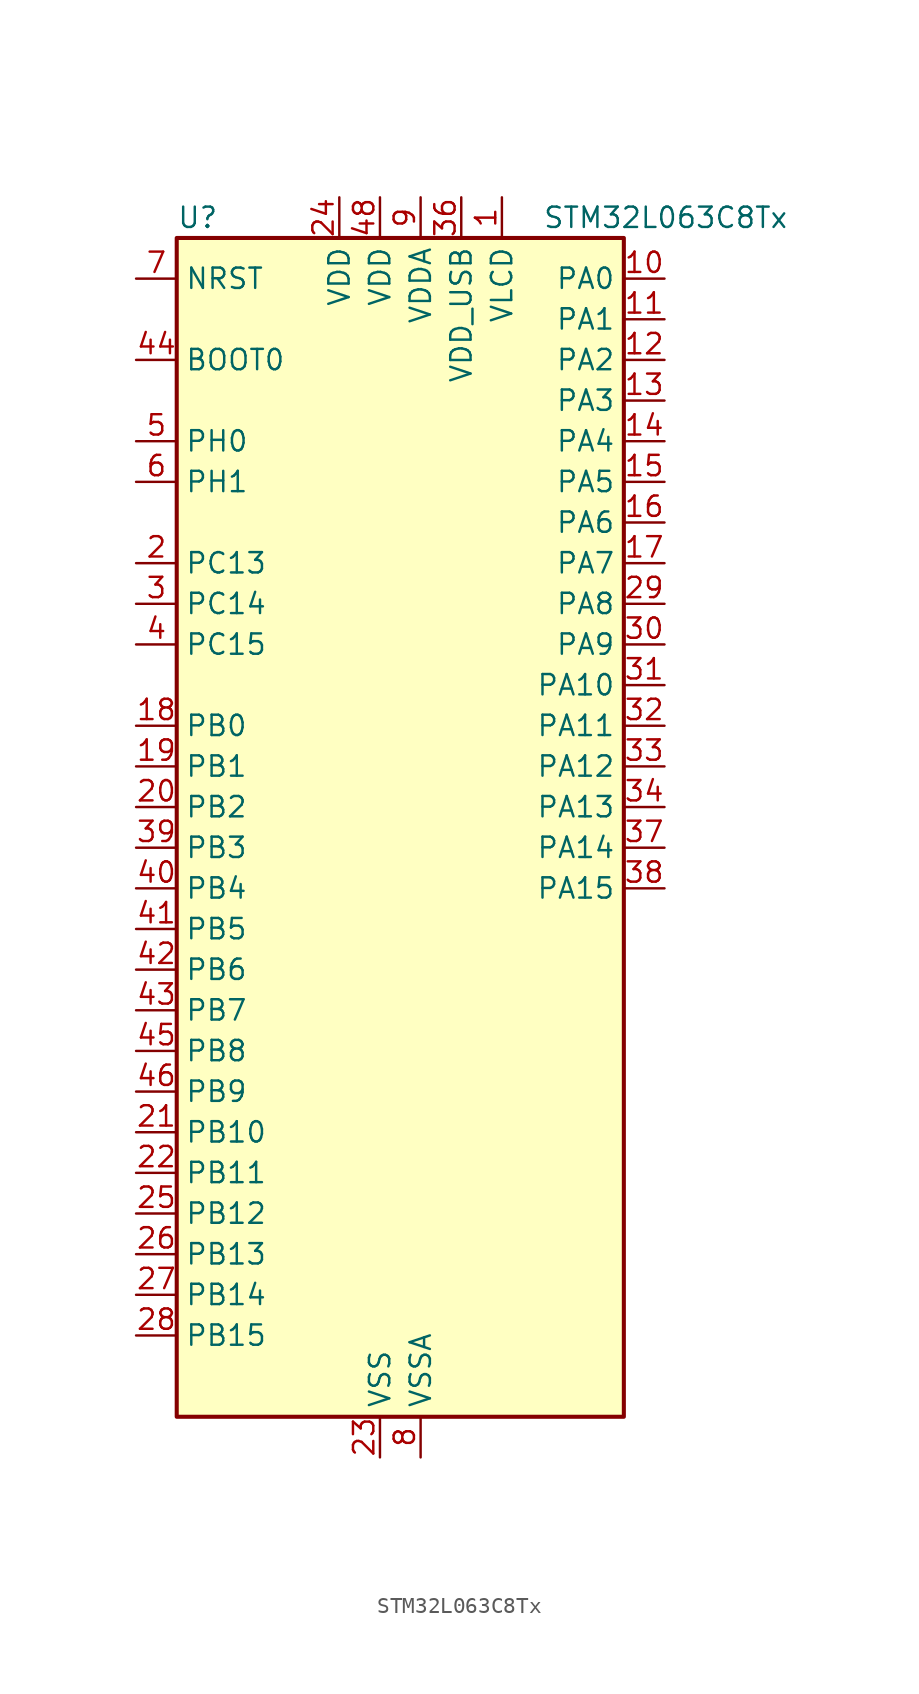
<source format=kicad_sym>
(kicad_symbol_lib
  (version 20220914)
  (generator kicad_symbol_editor)
  (symbol "STM32L063C8Tx"
    (property "Reference" "U"
      (at -12.7 39.37 0)
      (effects (font (size 1.27 1.27)) (justify left)))
    (property "Value" "STM32L063C8Tx"
      (at 10.16 39.37 0)
      (effects (font (size 1.27 1.27)) (justify left)))
    (property "ki_locked" ""
      (at 0 0 0)
      (effects (font (size 1.27 1.27))))
    (symbol "STM32L063C8Tx_0_1"
      (rectangle (start -12.7 -35.56) (end 15.24 38.1) (stroke (width 0.254) (type default)) (fill (type background))))
    (symbol "STM32L063C8Tx_1_1"
      (pin power_in line (at 7.62 40.64 270) (length 2.54) (name "VLCD" (effects (font (size 1.27 1.27)))) (number "1" (effects (font (size 1.27 1.27)))))
      (pin bidirectional line (at 17.78 35.56 180) (length 2.54) (name "PA0" (effects (font (size 1.27 1.27)))) (number "10" (effects (font (size 1.27 1.27)))) (alternate "ADC_IN0" bidirectional line) (alternate "COMP1_INM" bidirectional line) (alternate "COMP1_OUT" bidirectional line) (alternate "RTC_TAMP2" bidirectional line) (alternate "SYS_WKUP1" bidirectional line) (alternate "TIM2_CH1" bidirectional line) (alternate "TIM2_ETR" bidirectional line) (alternate "TSC_G1_IO1" bidirectional line) (alternate "USART2_CTS" bidirectional line))
      (pin bidirectional line (at 17.78 33.02 180) (length 2.54) (name "PA1" (effects (font (size 1.27 1.27)))) (number "11" (effects (font (size 1.27 1.27)))) (alternate "ADC_IN1" bidirectional line) (alternate "COMP1_INP" bidirectional line) (alternate "LCD_SEG0" bidirectional line) (alternate "TIM21_ETR" bidirectional line) (alternate "TIM2_CH2" bidirectional line) (alternate "TSC_G1_IO2" bidirectional line) (alternate "USART2_DE" bidirectional line) (alternate "USART2_RTS" bidirectional line))
      (pin bidirectional line (at 17.78 30.48 180) (length 2.54) (name "PA2" (effects (font (size 1.27 1.27)))) (number "12" (effects (font (size 1.27 1.27)))) (alternate "ADC_IN2" bidirectional line) (alternate "COMP2_INM" bidirectional line) (alternate "COMP2_OUT" bidirectional line) (alternate "LCD_SEG1" bidirectional line) (alternate "TIM21_CH1" bidirectional line) (alternate "TIM2_CH3" bidirectional line) (alternate "TSC_G1_IO3" bidirectional line) (alternate "USART2_TX" bidirectional line))
      (pin bidirectional line (at 17.78 27.94 180) (length 2.54) (name "PA3" (effects (font (size 1.27 1.27)))) (number "13" (effects (font (size 1.27 1.27)))) (alternate "ADC_IN3" bidirectional line) (alternate "COMP2_INP" bidirectional line) (alternate "LCD_SEG2" bidirectional line) (alternate "TIM21_CH2" bidirectional line) (alternate "TIM2_CH4" bidirectional line) (alternate "TSC_G1_IO4" bidirectional line) (alternate "USART2_RX" bidirectional line))
      (pin bidirectional line (at 17.78 25.4 180) (length 2.54) (name "PA4" (effects (font (size 1.27 1.27)))) (number "14" (effects (font (size 1.27 1.27)))) (alternate "ADC_IN4" bidirectional line) (alternate "COMP1_INM" bidirectional line) (alternate "COMP2_INM" bidirectional line) (alternate "DAC_OUT1" bidirectional line) (alternate "SPI1_NSS" bidirectional line) (alternate "TIM22_ETR" bidirectional line) (alternate "TSC_G2_IO1" bidirectional line) (alternate "USART2_CK" bidirectional line))
      (pin bidirectional line (at 17.78 22.86 180) (length 2.54) (name "PA5" (effects (font (size 1.27 1.27)))) (number "15" (effects (font (size 1.27 1.27)))) (alternate "ADC_IN5" bidirectional line) (alternate "COMP1_INM" bidirectional line) (alternate "COMP2_INM" bidirectional line) (alternate "SPI1_SCK" bidirectional line) (alternate "TIM2_CH1" bidirectional line) (alternate "TIM2_ETR" bidirectional line) (alternate "TSC_G2_IO2" bidirectional line))
      (pin bidirectional line (at 17.78 20.32 180) (length 2.54) (name "PA6" (effects (font (size 1.27 1.27)))) (number "16" (effects (font (size 1.27 1.27)))) (alternate "ADC_IN6" bidirectional line) (alternate "COMP1_OUT" bidirectional line) (alternate "LCD_SEG3" bidirectional line) (alternate "LPUART1_CTS" bidirectional line) (alternate "SPI1_MISO" bidirectional line) (alternate "TIM22_CH1" bidirectional line) (alternate "TSC_G2_IO3" bidirectional line))
      (pin bidirectional line (at 17.78 17.78 180) (length 2.54) (name "PA7" (effects (font (size 1.27 1.27)))) (number "17" (effects (font (size 1.27 1.27)))) (alternate "ADC_IN7" bidirectional line) (alternate "COMP2_OUT" bidirectional line) (alternate "LCD_SEG4" bidirectional line) (alternate "SPI1_MOSI" bidirectional line) (alternate "TIM22_CH2" bidirectional line) (alternate "TSC_G2_IO4" bidirectional line))
      (pin bidirectional line (at -15.24 7.62 0) (length 2.54) (name "PB0" (effects (font (size 1.27 1.27)))) (number "18" (effects (font (size 1.27 1.27)))) (alternate "ADC_IN8" bidirectional line) (alternate "LCD_SEG5" bidirectional line) (alternate "LCD_VLCD3" bidirectional line) (alternate "SYS_VREF_OUT_PB0" bidirectional line) (alternate "TSC_G3_IO2" bidirectional line))
      (pin bidirectional line (at -15.24 5.08 0) (length 2.54) (name "PB1" (effects (font (size 1.27 1.27)))) (number "19" (effects (font (size 1.27 1.27)))) (alternate "ADC_IN9" bidirectional line) (alternate "LCD_SEG6" bidirectional line) (alternate "LPUART1_DE" bidirectional line) (alternate "LPUART1_RTS" bidirectional line) (alternate "SYS_VREF_OUT_PB1" bidirectional line) (alternate "TSC_G3_IO3" bidirectional line))
      (pin bidirectional line (at -15.24 17.78 0) (length 2.54) (name "PC13" (effects (font (size 1.27 1.27)))) (number "2" (effects (font (size 1.27 1.27)))) (alternate "RTC_OUT_ALARM" bidirectional line) (alternate "RTC_OUT_CALIB" bidirectional line) (alternate "RTC_TAMP1" bidirectional line) (alternate "RTC_TS" bidirectional line) (alternate "SYS_WKUP2" bidirectional line))
      (pin bidirectional line (at -15.24 2.54 0) (length 2.54) (name "PB2" (effects (font (size 1.27 1.27)))) (number "20" (effects (font (size 1.27 1.27)))) (alternate "LCD_VLCD1" bidirectional line) (alternate "LPTIM1_OUT" bidirectional line) (alternate "TSC_G3_IO4" bidirectional line))
      (pin bidirectional line (at -15.24 -17.78 0) (length 2.54) (name "PB10" (effects (font (size 1.27 1.27)))) (number "21" (effects (font (size 1.27 1.27)))) (alternate "I2C2_SCL" bidirectional line) (alternate "LCD_SEG10" bidirectional line) (alternate "LPUART1_TX" bidirectional line) (alternate "SPI2_SCK" bidirectional line) (alternate "TIM2_CH3" bidirectional line) (alternate "TSC_SYNC" bidirectional line))
      (pin bidirectional line (at -15.24 -20.32 0) (length 2.54) (name "PB11" (effects (font (size 1.27 1.27)))) (number "22" (effects (font (size 1.27 1.27)))) (alternate "ADC_EXTI11" bidirectional line) (alternate "I2C2_SDA" bidirectional line) (alternate "LCD_SEG11" bidirectional line) (alternate "LPUART1_RX" bidirectional line) (alternate "TIM2_CH4" bidirectional line) (alternate "TSC_G6_IO1" bidirectional line))
      (pin power_in line (at 0 -38.1 90) (length 2.54) (name "VSS" (effects (font (size 1.27 1.27)))) (number "23" (effects (font (size 1.27 1.27)))))
      (pin power_in line (at -2.54 40.64 270) (length 2.54) (name "VDD" (effects (font (size 1.27 1.27)))) (number "24" (effects (font (size 1.27 1.27)))))
      (pin bidirectional line (at -15.24 -22.86 0) (length 2.54) (name "PB12" (effects (font (size 1.27 1.27)))) (number "25" (effects (font (size 1.27 1.27)))) (alternate "I2S2_WS" bidirectional line) (alternate "LCD_SEG12" bidirectional line) (alternate "LCD_VLCD2" bidirectional line) (alternate "LPUART1_DE" bidirectional line) (alternate "LPUART1_RTS" bidirectional line) (alternate "SPI2_NSS" bidirectional line) (alternate "TSC_G6_IO2" bidirectional line))
      (pin bidirectional line (at -15.24 -25.4 0) (length 2.54) (name "PB13" (effects (font (size 1.27 1.27)))) (number "26" (effects (font (size 1.27 1.27)))) (alternate "I2C2_SCL" bidirectional line) (alternate "I2S2_CK" bidirectional line) (alternate "LCD_SEG13" bidirectional line) (alternate "LPUART1_CTS" bidirectional line) (alternate "SPI2_SCK" bidirectional line) (alternate "TIM21_CH1" bidirectional line) (alternate "TSC_G6_IO3" bidirectional line))
      (pin bidirectional line (at -15.24 -27.94 0) (length 2.54) (name "PB14" (effects (font (size 1.27 1.27)))) (number "27" (effects (font (size 1.27 1.27)))) (alternate "I2C2_SDA" bidirectional line) (alternate "I2S2_MCK" bidirectional line) (alternate "LCD_SEG14" bidirectional line) (alternate "LPUART1_DE" bidirectional line) (alternate "LPUART1_RTS" bidirectional line) (alternate "RTC_OUT_ALARM" bidirectional line) (alternate "RTC_OUT_CALIB" bidirectional line) (alternate "SPI2_MISO" bidirectional line) (alternate "TIM21_CH2" bidirectional line) (alternate "TSC_G6_IO4" bidirectional line))
      (pin bidirectional line (at -15.24 -30.48 0) (length 2.54) (name "PB15" (effects (font (size 1.27 1.27)))) (number "28" (effects (font (size 1.27 1.27)))) (alternate "I2S2_SD" bidirectional line) (alternate "LCD_SEG15" bidirectional line) (alternate "RTC_REFIN" bidirectional line) (alternate "SPI2_MOSI" bidirectional line))
      (pin bidirectional line (at 17.78 15.24 180) (length 2.54) (name "PA8" (effects (font (size 1.27 1.27)))) (number "29" (effects (font (size 1.27 1.27)))) (alternate "CRS_SYNC" bidirectional line) (alternate "LCD_COM0" bidirectional line) (alternate "RCC_MCO" bidirectional line) (alternate "USART1_CK" bidirectional line))
      (pin bidirectional line (at -15.24 15.24 0) (length 2.54) (name "PC14" (effects (font (size 1.27 1.27)))) (number "3" (effects (font (size 1.27 1.27)))) (alternate "RCC_OSC32_IN" bidirectional line))
      (pin bidirectional line (at 17.78 12.7 180) (length 2.54) (name "PA9" (effects (font (size 1.27 1.27)))) (number "30" (effects (font (size 1.27 1.27)))) (alternate "DAC_EXTI9" bidirectional line) (alternate "LCD_COM1" bidirectional line) (alternate "RCC_MCO" bidirectional line) (alternate "TSC_G4_IO1" bidirectional line) (alternate "USART1_TX" bidirectional line))
      (pin bidirectional line (at 17.78 10.16 180) (length 2.54) (name "PA10" (effects (font (size 1.27 1.27)))) (number "31" (effects (font (size 1.27 1.27)))) (alternate "LCD_COM2" bidirectional line) (alternate "TSC_G4_IO2" bidirectional line) (alternate "USART1_RX" bidirectional line))
      (pin bidirectional line (at 17.78 7.62 180) (length 2.54) (name "PA11" (effects (font (size 1.27 1.27)))) (number "32" (effects (font (size 1.27 1.27)))) (alternate "ADC_EXTI11" bidirectional line) (alternate "COMP1_OUT" bidirectional line) (alternate "SPI1_MISO" bidirectional line) (alternate "TSC_G4_IO3" bidirectional line) (alternate "USART1_CTS" bidirectional line) (alternate "USB_DM" bidirectional line))
      (pin bidirectional line (at 17.78 5.08 180) (length 2.54) (name "PA12" (effects (font (size 1.27 1.27)))) (number "33" (effects (font (size 1.27 1.27)))) (alternate "COMP2_OUT" bidirectional line) (alternate "SPI1_MOSI" bidirectional line) (alternate "TSC_G4_IO4" bidirectional line) (alternate "USART1_DE" bidirectional line) (alternate "USART1_RTS" bidirectional line) (alternate "USB_DP" bidirectional line))
      (pin bidirectional line (at 17.78 2.54 180) (length 2.54) (name "PA13" (effects (font (size 1.27 1.27)))) (number "34" (effects (font (size 1.27 1.27)))) (alternate "SYS_SWDIO" bidirectional line) (alternate "USB_NOE" bidirectional line))
      (pin passive line (at 0 -38.1 90) (length 2.54) hide (name "VSS" (effects (font (size 1.27 1.27)))) (number "35" (effects (font (size 1.27 1.27)))))
      (pin power_in line (at 5.08 40.64 270) (length 2.54) (name "VDD_USB" (effects (font (size 1.27 1.27)))) (number "36" (effects (font (size 1.27 1.27)))))
      (pin bidirectional line (at 17.78 0 180) (length 2.54) (name "PA14" (effects (font (size 1.27 1.27)))) (number "37" (effects (font (size 1.27 1.27)))) (alternate "SYS_SWCLK" bidirectional line) (alternate "USART2_TX" bidirectional line))
      (pin bidirectional line (at 17.78 -2.54 180) (length 2.54) (name "PA15" (effects (font (size 1.27 1.27)))) (number "38" (effects (font (size 1.27 1.27)))) (alternate "LCD_SEG17" bidirectional line) (alternate "SPI1_NSS" bidirectional line) (alternate "TIM2_CH1" bidirectional line) (alternate "TIM2_ETR" bidirectional line) (alternate "USART2_RX" bidirectional line))
      (pin bidirectional line (at -15.24 0 0) (length 2.54) (name "PB3" (effects (font (size 1.27 1.27)))) (number "39" (effects (font (size 1.27 1.27)))) (alternate "COMP2_INM" bidirectional line) (alternate "LCD_SEG7" bidirectional line) (alternate "SPI1_SCK" bidirectional line) (alternate "TIM2_CH2" bidirectional line) (alternate "TSC_G5_IO1" bidirectional line))
      (pin bidirectional line (at -15.24 12.7 0) (length 2.54) (name "PC15" (effects (font (size 1.27 1.27)))) (number "4" (effects (font (size 1.27 1.27)))) (alternate "RCC_OSC32_OUT" bidirectional line))
      (pin bidirectional line (at -15.24 -2.54 0) (length 2.54) (name "PB4" (effects (font (size 1.27 1.27)))) (number "40" (effects (font (size 1.27 1.27)))) (alternate "COMP2_INP" bidirectional line) (alternate "LCD_SEG8" bidirectional line) (alternate "SPI1_MISO" bidirectional line) (alternate "TIM22_CH1" bidirectional line) (alternate "TSC_G5_IO2" bidirectional line))
      (pin bidirectional line (at -15.24 -5.08 0) (length 2.54) (name "PB5" (effects (font (size 1.27 1.27)))) (number "41" (effects (font (size 1.27 1.27)))) (alternate "COMP2_INP" bidirectional line) (alternate "I2C1_SMBA" bidirectional line) (alternate "LCD_SEG9" bidirectional line) (alternate "LPTIM1_IN1" bidirectional line) (alternate "SPI1_MOSI" bidirectional line) (alternate "TIM22_CH2" bidirectional line))
      (pin bidirectional line (at -15.24 -7.62 0) (length 2.54) (name "PB6" (effects (font (size 1.27 1.27)))) (number "42" (effects (font (size 1.27 1.27)))) (alternate "COMP2_INP" bidirectional line) (alternate "I2C1_SCL" bidirectional line) (alternate "LPTIM1_ETR" bidirectional line) (alternate "TSC_G5_IO3" bidirectional line) (alternate "USART1_TX" bidirectional line))
      (pin bidirectional line (at -15.24 -10.16 0) (length 2.54) (name "PB7" (effects (font (size 1.27 1.27)))) (number "43" (effects (font (size 1.27 1.27)))) (alternate "COMP2_INP" bidirectional line) (alternate "I2C1_SDA" bidirectional line) (alternate "LPTIM1_IN2" bidirectional line) (alternate "SYS_PVD_IN" bidirectional line) (alternate "TSC_G5_IO4" bidirectional line) (alternate "USART1_RX" bidirectional line))
      (pin input line (at -15.24 30.48 0) (length 2.54) (name "BOOT0" (effects (font (size 1.27 1.27)))) (number "44" (effects (font (size 1.27 1.27)))))
      (pin bidirectional line (at -15.24 -12.7 0) (length 2.54) (name "PB8" (effects (font (size 1.27 1.27)))) (number "45" (effects (font (size 1.27 1.27)))) (alternate "I2C1_SCL" bidirectional line) (alternate "LCD_SEG16" bidirectional line) (alternate "TSC_SYNC" bidirectional line))
      (pin bidirectional line (at -15.24 -15.24 0) (length 2.54) (name "PB9" (effects (font (size 1.27 1.27)))) (number "46" (effects (font (size 1.27 1.27)))) (alternate "DAC_EXTI9" bidirectional line) (alternate "I2C1_SDA" bidirectional line) (alternate "I2S2_WS" bidirectional line) (alternate "LCD_COM3" bidirectional line) (alternate "SPI2_NSS" bidirectional line))
      (pin passive line (at 0 -38.1 90) (length 2.54) hide (name "VSS" (effects (font (size 1.27 1.27)))) (number "47" (effects (font (size 1.27 1.27)))))
      (pin power_in line (at 0 40.64 270) (length 2.54) (name "VDD" (effects (font (size 1.27 1.27)))) (number "48" (effects (font (size 1.27 1.27)))))
      (pin bidirectional line (at -15.24 25.4 0) (length 2.54) (name "PH0" (effects (font (size 1.27 1.27)))) (number "5" (effects (font (size 1.27 1.27)))) (alternate "CRS_SYNC" bidirectional line) (alternate "RCC_OSC_IN" bidirectional line))
      (pin bidirectional line (at -15.24 22.86 0) (length 2.54) (name "PH1" (effects (font (size 1.27 1.27)))) (number "6" (effects (font (size 1.27 1.27)))) (alternate "RCC_OSC_OUT" bidirectional line))
      (pin input line (at -15.24 35.56 0) (length 2.54) (name "NRST" (effects (font (size 1.27 1.27)))) (number "7" (effects (font (size 1.27 1.27)))))
      (pin power_in line (at 2.54 -38.1 90) (length 2.54) (name "VSSA" (effects (font (size 1.27 1.27)))) (number "8" (effects (font (size 1.27 1.27)))))
      (pin power_in line (at 2.54 40.64 270) (length 2.54) (name "VDDA" (effects (font (size 1.27 1.27)))) (number "9" (effects (font (size 1.27 1.27))))))))
</source>
